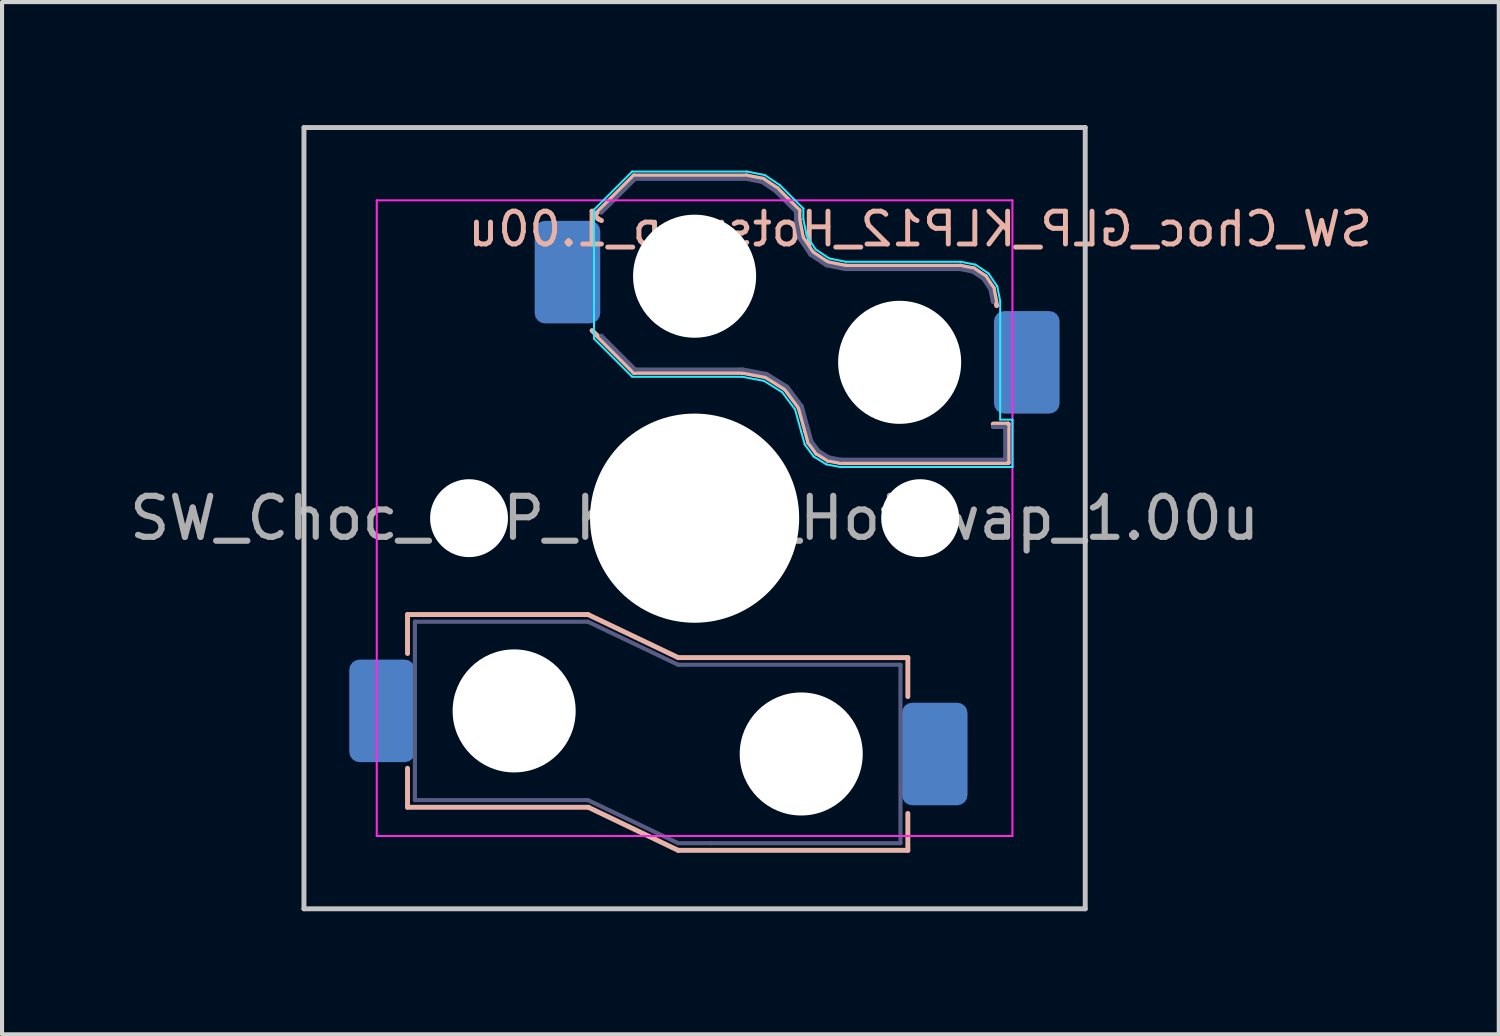
<source format=kicad_pcb>
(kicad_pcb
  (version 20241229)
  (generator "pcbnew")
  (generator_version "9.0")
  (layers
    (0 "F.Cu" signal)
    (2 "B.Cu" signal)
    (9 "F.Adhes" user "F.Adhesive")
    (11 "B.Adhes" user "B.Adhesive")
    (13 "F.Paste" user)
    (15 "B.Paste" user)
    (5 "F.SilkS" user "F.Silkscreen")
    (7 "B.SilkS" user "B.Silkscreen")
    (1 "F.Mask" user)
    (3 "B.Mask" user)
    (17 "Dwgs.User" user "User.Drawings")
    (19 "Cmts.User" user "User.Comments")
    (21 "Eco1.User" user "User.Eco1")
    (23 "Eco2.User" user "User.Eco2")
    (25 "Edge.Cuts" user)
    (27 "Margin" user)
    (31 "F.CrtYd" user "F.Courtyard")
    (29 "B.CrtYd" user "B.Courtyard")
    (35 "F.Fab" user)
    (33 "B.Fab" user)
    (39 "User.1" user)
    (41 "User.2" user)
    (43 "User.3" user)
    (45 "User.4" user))
  (footprint "SW_Choc_GLP_KLP12_Hotswap_1.00u"
    (layer "F.Cu")
    (at 13.887 9.585)
    (property "Reference" "SW_Choc_GLP_KLP12_Hotswap_1.00u" (at 5.5 -7.05 180) (layer "B.SilkS") (effects (font (size 0.8 0.8) (thickness 0.12)) (justify mirror)))
    (attr smd)
    (fp_line (start -7 2.35) (end -7 3.3) (stroke (width 0.12) (type solid)) (layer "B.SilkS"))
    (fp_line (start -7 2.35) (end -2.6 2.35) (stroke (width 0.12) (type solid)) (layer "B.SilkS"))
    (fp_line (start -7 7.05) (end -7 6.1) (stroke (width 0.12) (type solid)) (layer "B.SilkS"))
    (fp_line (start -7 7.05) (end -2.59 7.05) (stroke (width 0.12) (type solid)) (layer "B.SilkS"))
    (fp_line (start -2.6 2.35) (end -0.4 3.4) (stroke (width 0.12) (type solid)) (layer "B.SilkS"))
    (fp_line (start -2.59 7.05) (end -0.4 8.1) (stroke (width 0.12) (type solid)) (layer "B.SilkS"))
    (fp_line (start -2.416 -7.409) (end -1.479 -8.346) (stroke (width 0.12) (type solid)) (layer "B.SilkS"))
    (fp_line (start -1.479 -8.346) (end 1.268 -8.346) (stroke (width 0.12) (type solid)) (layer "B.SilkS"))
    (fp_line (start -1.479 -3.554) (end -2.5 -4.575) (stroke (width 0.12) (type solid)) (layer "B.SilkS"))
    (fp_line (start 1.168 -3.554) (end -1.479 -3.554) (stroke (width 0.12) (type solid)) (layer "B.SilkS"))
    (fp_line (start 1.268 -8.346) (end 1.671 -8.266) (stroke (width 0.12) (type solid)) (layer "B.SilkS"))
    (fp_line (start 1.671 -8.266) (end 2.013 -8.037) (stroke (width 0.12) (type solid)) (layer "B.SilkS"))
    (fp_line (start 1.73 -3.449) (end 1.168 -3.554) (stroke (width 0.12) (type solid)) (layer "B.SilkS"))
    (fp_line (start 2.013 -8.037) (end 2.546 -7.504) (stroke (width 0.12) (type solid)) (layer "B.SilkS"))
    (fp_line (start 2.209 -3.15) (end 1.73 -3.449) (stroke (width 0.12) (type solid)) (layer "B.SilkS"))
    (fp_line (start 2.546 -7.504) (end 2.546 -7.282) (stroke (width 0.12) (type solid)) (layer "B.SilkS"))
    (fp_line (start 2.546 -7.282) (end 2.633 -6.844) (stroke (width 0.12) (type solid)) (layer "B.SilkS"))
    (fp_line (start 2.547 -2.697) (end 2.209 -3.15) (stroke (width 0.12) (type solid)) (layer "B.SilkS"))
    (fp_line (start 2.633 -6.844) (end 2.877 -6.477) (stroke (width 0.12) (type solid)) (layer "B.SilkS"))
    (fp_line (start 2.701 -2.139) (end 2.547 -2.697) (stroke (width 0.12) (type solid)) (layer "B.SilkS"))
    (fp_line (start 2.783 -1.841) (end 2.701 -2.139) (stroke (width 0.12) (type solid)) (layer "B.SilkS"))
    (fp_line (start 2.877 -6.477) (end 3.244 -6.233) (stroke (width 0.12) (type solid)) (layer "B.SilkS"))
    (fp_line (start 2.976 -1.583) (end 2.783 -1.841) (stroke (width 0.12) (type solid)) (layer "B.SilkS"))
    (fp_line (start 3.244 -6.233) (end 3.682 -6.146) (stroke (width 0.12) (type solid)) (layer "B.SilkS"))
    (fp_line (start 3.25 -1.413) (end 2.976 -1.583) (stroke (width 0.12) (type solid)) (layer "B.SilkS"))
    (fp_line (start 3.56 -1.354) (end 3.25 -1.413) (stroke (width 0.12) (type solid)) (layer "B.SilkS"))
    (fp_line (start 3.682 -6.146) (end 6.482 -6.146) (stroke (width 0.12) (type solid)) (layer "B.SilkS"))
    (fp_line (start 5.2 3.4) (end -0.4 3.4) (stroke (width 0.12) (type solid)) (layer "B.SilkS"))
    (fp_line (start 5.2 3.4) (end 5.2 4.35) (stroke (width 0.12) (type solid)) (layer "B.SilkS"))
    (fp_line (start 5.2 8.1) (end -0.4 8.1) (stroke (width 0.12) (type solid)) (layer "B.SilkS"))
    (fp_line (start 5.2 8.1) (end 5.2 7.2) (stroke (width 0.12) (type solid)) (layer "B.SilkS"))
    (fp_line (start 6.482 -6.146) (end 6.809 -6.081) (stroke (width 0.12) (type solid)) (layer "B.SilkS"))
    (fp_line (start 6.809 -6.081) (end 7.092 -5.892) (stroke (width 0.12) (type solid)) (layer "B.SilkS"))
    (fp_line (start 7.092 -5.892) (end 7.281 -5.609) (stroke (width 0.12) (type solid)) (layer "B.SilkS"))
    (fp_line (start 7.281 -5.609) (end 7.366 -5.182) (stroke (width 0.12) (type solid)) (layer "B.SilkS"))
    (fp_line (start 7.283 -2.296) (end 7.646 -2.296) (stroke (width 0.12) (type solid)) (layer "B.SilkS"))
    (fp_line (start 7.646 -2.296) (end 7.646 -1.354) (stroke (width 0.12) (type solid)) (layer "B.SilkS"))
    (fp_line (start 7.646 -1.354) (end 3.56 -1.354) (stroke (width 0.12) (type solid)) (layer "B.SilkS"))
    (fp_line (start -9.525 -9.525) (end -9.525 9.525) (stroke (width 0.12) (type default)) (layer "Dwgs.User"))
    (fp_line (start -9.525 -9.525) (end 9.525 -9.525) (stroke (width 0.12) (type default)) (layer "Dwgs.User"))
    (fp_line (start 9.525 -9.525) (end 9.525 9.525) (stroke (width 0.12) (type default)) (layer "Dwgs.User"))
    (fp_line (start 9.525 9.525) (end -9.525 9.525) (stroke (width 0.12) (type default)) (layer "Dwgs.User"))
    (fp_line (start -2.452 -7.523) (end -1.523 -8.452) (stroke (width 0.05) (type solid)) (layer "B.CrtYd"))
    (fp_line (start -2.452 -4.377) (end -2.452 -7.523) (stroke (width 0.05) (type solid)) (layer "B.CrtYd"))
    (fp_line (start -1.523 -8.452) (end 1.278 -8.452) (stroke (width 0.05) (type solid)) (layer "B.CrtYd"))
    (fp_line (start -1.523 -3.448) (end -2.452 -4.377) (stroke (width 0.05) (type solid)) (layer "B.CrtYd"))
    (fp_line (start 1.159 -3.448) (end -1.523 -3.448) (stroke (width 0.05) (type solid)) (layer "B.CrtYd"))
    (fp_line (start 1.278 -8.452) (end 1.712 -8.366) (stroke (width 0.05) (type solid)) (layer "B.CrtYd"))
    (fp_line (start 1.691 -3.348) (end 1.159 -3.448) (stroke (width 0.05) (type solid)) (layer "B.CrtYd"))
    (fp_line (start 1.712 -8.366) (end 2.081 -8.119) (stroke (width 0.05) (type solid)) (layer "B.CrtYd"))
    (fp_line (start 2.081 -8.119) (end 2.652 -7.548) (stroke (width 0.05) (type solid)) (layer "B.CrtYd"))
    (fp_line (start 2.136 -3.071) (end 1.691 -3.348) (stroke (width 0.05) (type solid)) (layer "B.CrtYd"))
    (fp_line (start 2.45 -2.65) (end 2.136 -3.071) (stroke (width 0.05) (type solid)) (layer "B.CrtYd"))
    (fp_line (start 2.599 -2.111) (end 2.45 -2.65) (stroke (width 0.05) (type solid)) (layer "B.CrtYd"))
    (fp_line (start 2.652 -7.548) (end 2.652 -7.292) (stroke (width 0.05) (type solid)) (layer "B.CrtYd"))
    (fp_line (start 2.652 -7.292) (end 2.733 -6.885) (stroke (width 0.05) (type solid)) (layer "B.CrtYd"))
    (fp_line (start 2.687 -1.794) (end 2.599 -2.111) (stroke (width 0.05) (type solid)) (layer "B.CrtYd"))
    (fp_line (start 2.733 -6.885) (end 2.953 -6.553) (stroke (width 0.05) (type solid)) (layer "B.CrtYd"))
    (fp_line (start 2.903 -1.503) (end 2.687 -1.794) (stroke (width 0.05) (type solid)) (layer "B.CrtYd"))
    (fp_line (start 2.953 -6.553) (end 3.285 -6.333) (stroke (width 0.05) (type solid)) (layer "B.CrtYd"))
    (fp_line (start 3.211 -1.312) (end 2.903 -1.503) (stroke (width 0.05) (type solid)) (layer "B.CrtYd"))
    (fp_line (start 3.285 -6.333) (end 3.692 -6.252) (stroke (width 0.05) (type solid)) (layer "B.CrtYd"))
    (fp_line (start 3.55 -1.248) (end 3.211 -1.312) (stroke (width 0.05) (type solid)) (layer "B.CrtYd"))
    (fp_line (start 3.692 -6.252) (end 6.492 -6.252) (stroke (width 0.05) (type solid)) (layer "B.CrtYd"))
    (fp_line (start 6.492 -6.252) (end 6.85 -6.181) (stroke (width 0.05) (type solid)) (layer "B.CrtYd"))
    (fp_line (start 6.85 -6.181) (end 7.168 -5.968) (stroke (width 0.05) (type solid)) (layer "B.CrtYd"))
    (fp_line (start 7.168 -5.968) (end 7.381 -5.65) (stroke (width 0.05) (type solid)) (layer "B.CrtYd"))
    (fp_line (start 7.381 -5.65) (end 7.452 -5.292) (stroke (width 0.05) (type solid)) (layer "B.CrtYd"))
    (fp_line (start 7.452 -5.292) (end 7.452 -2.402) (stroke (width 0.05) (type solid)) (layer "B.CrtYd"))
    (fp_line (start 7.452 -2.402) (end 7.752 -2.402) (stroke (width 0.05) (type solid)) (layer "B.CrtYd"))
    (fp_line (start 7.752 -2.402) (end 7.752 -1.248) (stroke (width 0.05) (type solid)) (layer "B.CrtYd"))
    (fp_line (start 7.752 -1.248) (end 3.55 -1.248) (stroke (width 0.05) (type solid)) (layer "B.CrtYd"))
    (fp_line (start -7.75 7.75) (end -7.75 -7.75) (stroke (width 0.05) (type solid)) (layer "F.CrtYd"))
    (fp_line (start 7.75 -7.75) (end -7.75 -7.75) (stroke (width 0.05) (type solid)) (layer "F.CrtYd"))
    (fp_line (start 7.75 -7.75) (end 7.75 7.75) (stroke (width 0.05) (type solid)) (layer "F.CrtYd"))
    (fp_line (start 7.75 7.75) (end -7.75 7.75) (stroke (width 0.05) (type solid)) (layer "F.CrtYd"))
    (fp_line (start -6.82 2.525) (end -6.82 6.875) (stroke (width 0.1) (type solid)) (layer "B.Fab"))
    (fp_line (start -6.82 2.525) (end -2.6 2.525) (stroke (width 0.1) (type solid)) (layer "B.Fab"))
    (fp_line (start -6.82 6.875) (end -2.6 6.875) (stroke (width 0.1) (type solid)) (layer "B.Fab"))
    (fp_line (start -2.6 2.525) (end -0.4 3.575) (stroke (width 0.1) (type solid)) (layer "B.Fab"))
    (fp_line (start -2.6 6.875) (end -0.4 7.925) (stroke (width 0.1) (type solid)) (layer "B.Fab"))
    (fp_line (start -2.275 -7.45) (end -1.45 -8.275) (stroke (width 0.1) (type solid)) (layer "B.Fab"))
    (fp_line (start -1.45 -8.275) (end 1.261 -8.275) (stroke (width 0.1) (type solid)) (layer "B.Fab"))
    (fp_line (start -1.45 -3.625) (end -2.275 -4.45) (stroke (width 0.1) (type solid)) (layer "B.Fab"))
    (fp_line (start 0.4 7.925) (end -0.4 7.925) (stroke (width 0.1) (type solid)) (layer "B.Fab"))
    (fp_line (start 1.175 -3.625) (end -1.45 -3.625) (stroke (width 0.1) (type solid)) (layer "B.Fab"))
    (fp_line (start 1.261 -8.275) (end 1.643 -8.199) (stroke (width 0.1) (type solid)) (layer "B.Fab"))
    (fp_line (start 1.643 -8.199) (end 1.968 -7.982) (stroke (width 0.1) (type solid)) (layer "B.Fab"))
    (fp_line (start 1.756 -3.516) (end 1.175 -3.625) (stroke (width 0.1) (type solid)) (layer "B.Fab"))
    (fp_line (start 1.968 -7.982) (end 2.475 -7.475) (stroke (width 0.1) (type solid)) (layer "B.Fab"))
    (fp_line (start 2.258 -3.203) (end 1.756 -3.516) (stroke (width 0.1) (type solid)) (layer "B.Fab"))
    (fp_line (start 2.475 -7.475) (end 2.475 -7.275) (stroke (width 0.1) (type solid)) (layer "B.Fab"))
    (fp_line (start 2.475 -7.275) (end 2.566 -6.816) (stroke (width 0.1) (type solid)) (layer "B.Fab"))
    (fp_line (start 2.566 -6.816) (end 2.826 -6.426) (stroke (width 0.1) (type solid)) (layer "B.Fab"))
    (fp_line (start 2.612 -2.729) (end 2.258 -3.203) (stroke (width 0.1) (type solid)) (layer "B.Fab"))
    (fp_line (start 2.769 -2.158) (end 2.612 -2.729) (stroke (width 0.1) (type solid)) (layer "B.Fab"))
    (fp_line (start 2.826 -6.426) (end 3.216 -6.166) (stroke (width 0.1) (type solid)) (layer "B.Fab"))
    (fp_line (start 2.848 -1.873) (end 2.769 -2.158) (stroke (width 0.1) (type solid)) (layer "B.Fab"))
    (fp_line (start 3.025 -1.636) (end 2.848 -1.873) (stroke (width 0.1) (type solid)) (layer "B.Fab"))
    (fp_line (start 3.216 -6.166) (end 3.675 -6.075) (stroke (width 0.1) (type solid)) (layer "B.Fab"))
    (fp_line (start 3.276 -1.48) (end 3.025 -1.636) (stroke (width 0.1) (type solid)) (layer "B.Fab"))
    (fp_line (start 3.567 -1.425) (end 3.276 -1.48) (stroke (width 0.1) (type solid)) (layer "B.Fab"))
    (fp_line (start 3.675 -6.075) (end 6.475 -6.075) (stroke (width 0.1) (type solid)) (layer "B.Fab"))
    (fp_line (start 5.02 3.575) (end -0.4 3.575) (stroke (width 0.1) (type solid)) (layer "B.Fab"))
    (fp_line (start 5.02 3.575) (end 5.02 7.925) (stroke (width 0.1) (type solid)) (layer "B.Fab"))
    (fp_line (start 5.02 7.925) (end 0.4 7.925) (stroke (width 0.1) (type solid)) (layer "B.Fab"))
    (fp_line (start 6.475 -6.075) (end 6.781 -6.014) (stroke (width 0.1) (type solid)) (layer "B.Fab"))
    (fp_line (start 6.781 -6.014) (end 7.041 -5.841) (stroke (width 0.1) (type solid)) (layer "B.Fab"))
    (fp_line (start 7.041 -5.841) (end 7.214 -5.581) (stroke (width 0.1) (type solid)) (layer "B.Fab"))
    (fp_line (start 7.214 -5.581) (end 7.275 -5.275) (stroke (width 0.1) (type solid)) (layer "B.Fab"))
    (fp_line (start 7.275 -2.225) (end 7.575 -2.225) (stroke (width 0.1) (type solid)) (layer "B.Fab"))
    (fp_line (start 7.575 -2.225) (end 7.575 -1.425) (stroke (width 0.1) (type solid)) (layer "B.Fab"))
    (fp_line (start 7.575 -1.425) (end 3.567 -1.425) (stroke (width 0.1) (type solid)) (layer "B.Fab"))
    (fp_rect (start -7.05 -7.05) (end 7.05 7.05) (stroke (width 0.12) (type default)) (fill no) (layer "User.1"))
    (fp_text user "${REFERENCE}" (at 0 0 0) (layer "F.Fab") (effects (font (size 1 1) (thickness 0.15))))
    (pad "" smd roundrect (at -7.62 4.7) (size 1.6 2.5) (layers "B.Mask" "B.Paste") (roundrect_rratio 0.156))
    (pad "" np_thru_hole circle (at -5.5 0) (size 1.9 1.9) (drill 1.9) (layers "*.Cu" "*.Mask"))
    (pad "" np_thru_hole circle (at -4.4 4.7) (size 3 3) (drill 3) (layers "*.Cu" "*.Mask"))
    (pad "" smd roundrect (at -3.1 -6) (size 1.6 2.5) (layers "B.Paste") (roundrect_rratio 0.156))
    (pad "" np_thru_hole circle (at 0 -5.9) (size 3 3) (drill 3) (layers "*.Cu" "*.Mask"))
    (pad "" np_thru_hole circle (at 0 0) (size 5.1 5.1) (drill 5.1) (layers "*.Cu" "*.Mask"))
    (pad "" np_thru_hole circle (at 2.6 5.75) (size 3 3) (drill 3) (layers "*.Cu" "*.Mask"))
    (pad "" np_thru_hole circle (at 5 -3.8) (size 3 3) (drill 3) (layers "*.Cu" "*.Mask"))
    (pad "" np_thru_hole circle (at 5.5 0) (size 1.9 1.9) (drill 1.9) (layers "*.Cu" "*.Mask"))
    (pad "" smd roundrect (at 5.855 5.75) (size 1.6 2.5) (layers "B.Mask" "B.Paste") (roundrect_rratio 0.156))
    (pad "" smd roundrect (at 8.1 -3.8) (size 1.6 2.5) (layers "B.Paste") (roundrect_rratio 0.156))
    (pad "1" smd roundrect (at 5.855 5.75) (size 1.6 2.5) (layers "B.Cu" "B.Mask") (roundrect_rratio 0.156))
    (pad "1" smd roundrect (at 8.1 -3.8) (size 1.6 2.5) (layers "B.Cu" "B.Mask") (roundrect_rratio 0.156))
    (pad "2" smd roundrect (at -7.62 4.699) (size 1.6 2.5) (layers "B.Cu" "B.Mask") (roundrect_rratio 0.156))
    (pad "2" smd roundrect (at -3.1 -6) (size 1.6 2.5) (layers "B.Cu" "B.Mask") (roundrect_rratio 0.156)))
  (gr_rect
    (start -3 -3)
    (end 33.496 22.17)
    (stroke (width 0.1) (type default))
    (fill no)
    (layer "Edge.Cuts")))
</source>
